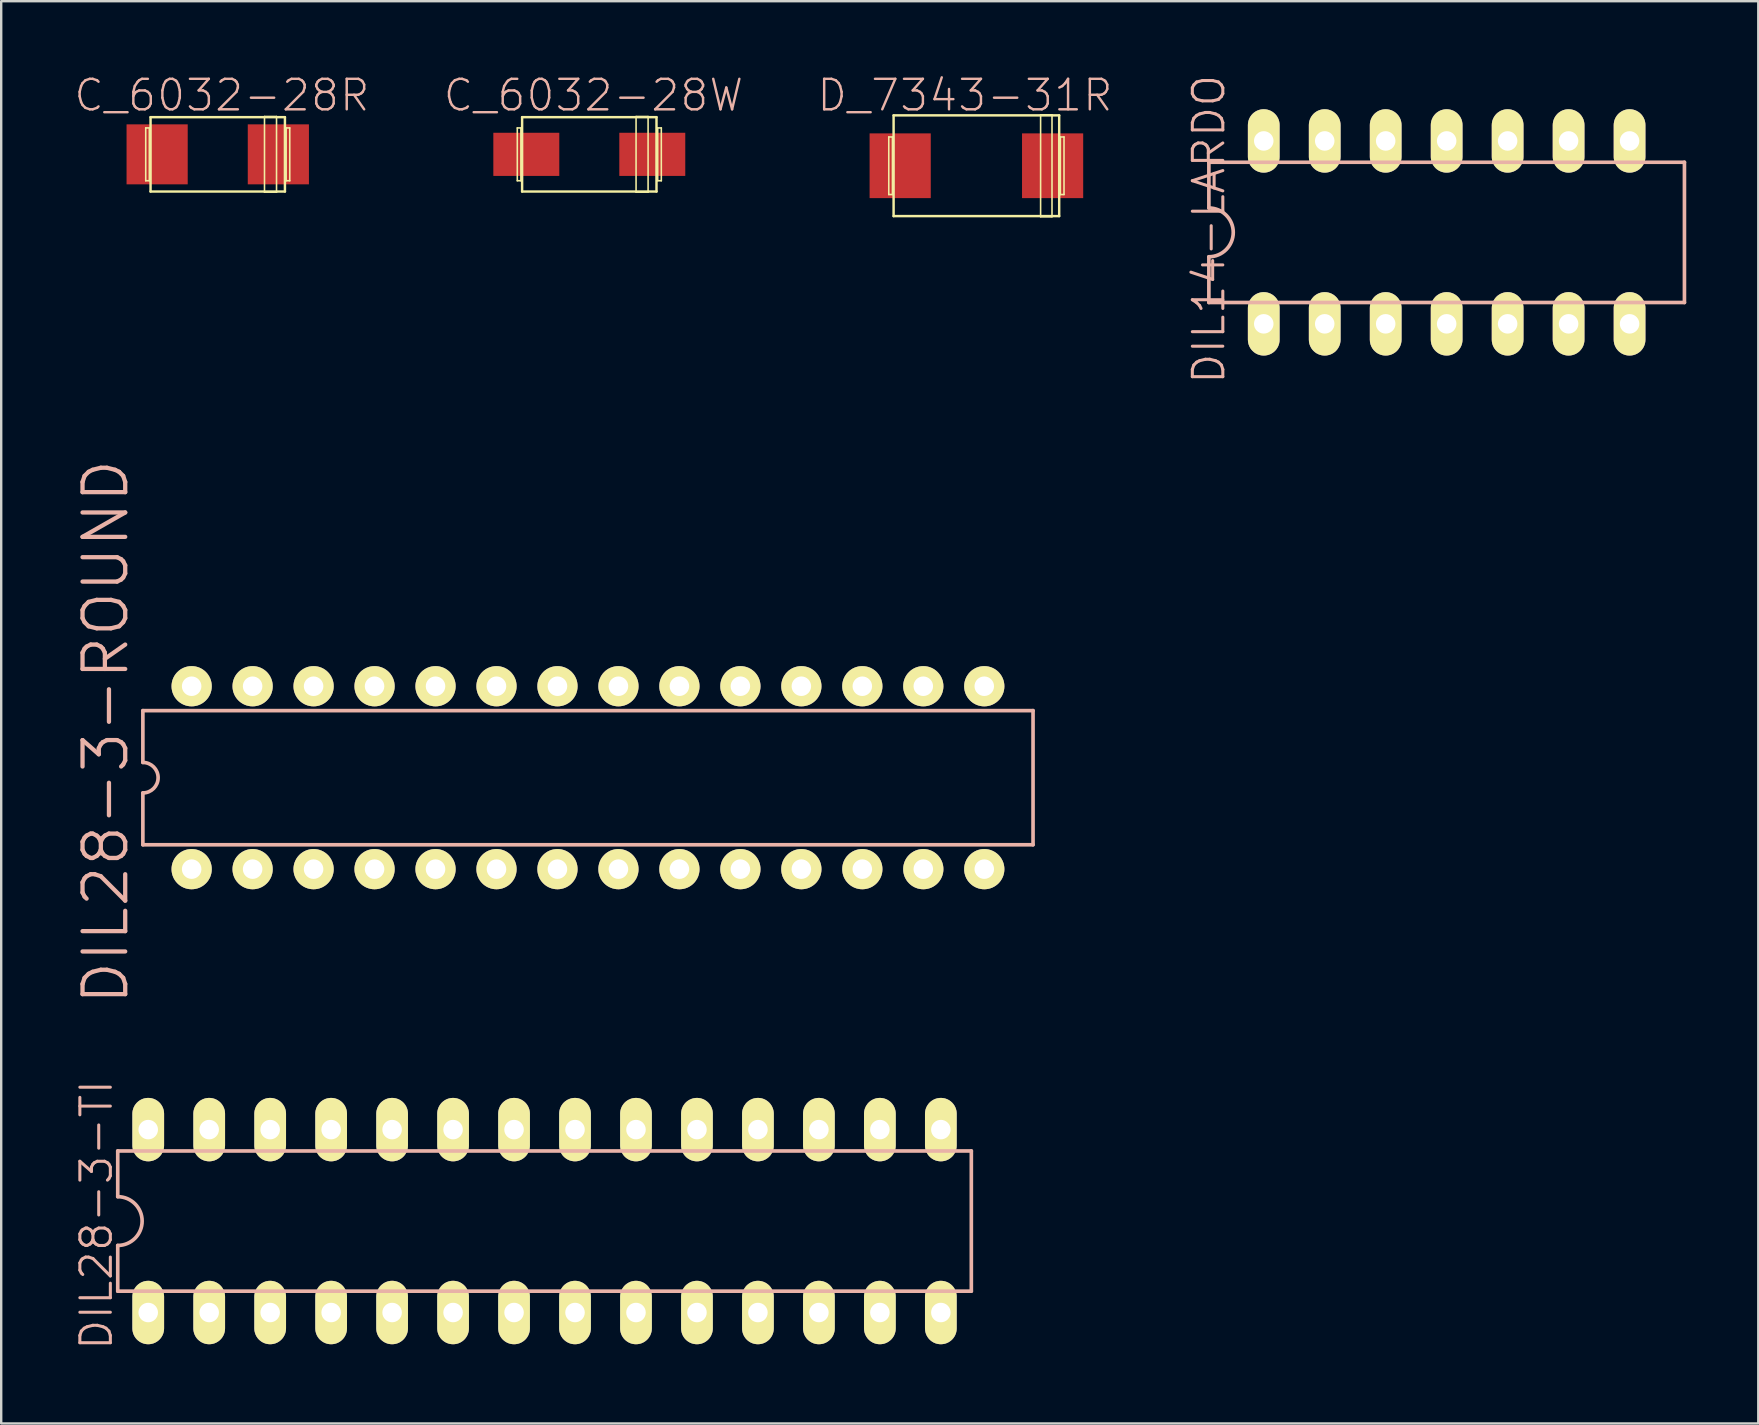
<source format=kicad_pcb>
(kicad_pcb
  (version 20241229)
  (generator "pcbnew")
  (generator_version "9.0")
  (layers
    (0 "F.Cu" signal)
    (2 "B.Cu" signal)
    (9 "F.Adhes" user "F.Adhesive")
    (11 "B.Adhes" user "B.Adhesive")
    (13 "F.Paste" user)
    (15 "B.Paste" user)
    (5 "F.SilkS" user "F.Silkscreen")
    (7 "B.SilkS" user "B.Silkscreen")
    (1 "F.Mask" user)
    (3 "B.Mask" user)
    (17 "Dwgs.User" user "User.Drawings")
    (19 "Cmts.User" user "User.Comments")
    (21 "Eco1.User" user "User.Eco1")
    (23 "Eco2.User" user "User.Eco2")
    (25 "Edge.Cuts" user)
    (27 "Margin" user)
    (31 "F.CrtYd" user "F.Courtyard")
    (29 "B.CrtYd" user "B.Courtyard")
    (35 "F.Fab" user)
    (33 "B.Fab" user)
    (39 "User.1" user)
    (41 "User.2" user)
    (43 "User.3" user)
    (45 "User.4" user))
  (footprint "DIL14-LARDO"
    (layer "F.Cu")
    (at 57.217 6.631)
    (property "Reference" "DIL14-LARDO" (at -9.906 -0.127 90) (layer "B.SilkS") (effects (font (size 1.27 1.27) (thickness 0.127))))
    (attr exclude_from_pos_files exclude_from_bom)
    (fp_line (start -9.906 -2.921) (end -9.906 -1.016) (stroke (width 0.152) (type solid)) (layer "B.SilkS"))
    (fp_line (start -9.906 2.921) (end -9.906 1.016) (stroke (width 0.152) (type solid)) (layer "B.SilkS"))
    (fp_line (start -9.906 2.921) (end 9.906 2.921) (stroke (width 0.152) (type solid)) (layer "B.SilkS"))
    (fp_line (start 9.906 -2.921) (end -9.906 -2.921) (stroke (width 0.152) (type solid)) (layer "B.SilkS"))
    (fp_line (start 9.906 -2.921) (end 9.906 2.921) (stroke (width 0.152) (type solid)) (layer "B.SilkS"))
    (fp_arc (start -9.906 -1.016) (mid -8.89 0) (end -9.906 1.016) (stroke (width 0.1524) (type solid)) (layer "B.SilkS"))
    (pad "1" thru_hole oval (at -7.62 3.81 180) (size 1.321 2.642) (drill 0.813) (layers "*.Cu" "F.Mask" "F.SilkS" "F.Paste"))
    (pad "2" thru_hole oval (at -5.08 3.81 180) (size 1.321 2.642) (drill 0.813) (layers "*.Cu" "F.Mask" "F.SilkS" "F.Paste"))
    (pad "3" thru_hole oval (at -2.54 3.81 180) (size 1.321 2.642) (drill 0.813) (layers "*.Cu" "F.Mask" "F.SilkS" "F.Paste"))
    (pad "4" thru_hole oval (at 0 3.81 180) (size 1.321 2.642) (drill 0.813) (layers "*.Cu" "F.Mask" "F.SilkS" "F.Paste"))
    (pad "5" thru_hole oval (at 2.54 3.81 180) (size 1.321 2.642) (drill 0.813) (layers "*.Cu" "F.Mask" "F.SilkS" "F.Paste"))
    (pad "6" thru_hole oval (at 5.08 3.81 180) (size 1.321 2.642) (drill 0.813) (layers "*.Cu" "F.Mask" "F.SilkS" "F.Paste"))
    (pad "7" thru_hole oval (at 7.62 3.81 180) (size 1.321 2.642) (drill 0.813) (layers "*.Cu" "F.Mask" "F.SilkS" "F.Paste"))
    (pad "8" thru_hole oval (at 7.62 -3.81 180) (size 1.321 2.642) (drill 0.813) (layers "*.Cu" "F.Mask" "F.SilkS" "F.Paste"))
    (pad "9" thru_hole oval (at 5.08 -3.81 180) (size 1.321 2.642) (drill 0.813) (layers "*.Cu" "F.Mask" "F.SilkS" "F.Paste"))
    (pad "10" thru_hole oval (at 2.54 -3.81 180) (size 1.321 2.642) (drill 0.813) (layers "*.Cu" "F.Mask" "F.SilkS" "F.Paste"))
    (pad "11" thru_hole oval (at 0 -3.81 180) (size 1.321 2.642) (drill 0.813) (layers "*.Cu" "F.Mask" "F.SilkS" "F.Paste"))
    (pad "12" thru_hole oval (at -2.54 -3.81 180) (size 1.321 2.642) (drill 0.813) (layers "*.Cu" "F.Mask" "F.SilkS" "F.Paste"))
    (pad "13" thru_hole oval (at -5.08 -3.81 180) (size 1.321 2.642) (drill 0.813) (layers "*.Cu" "F.Mask" "F.SilkS" "F.Paste"))
    (pad "14" thru_hole oval (at -7.62 -3.81 180) (size 1.321 2.642) (drill 0.813) (layers "*.Cu" "F.Mask" "F.SilkS" "F.Paste")))
  (footprint "DIL28-3-ROUND"
    (layer "F.Cu")
    (at 21.444 29.348)
    (property "Reference" "DIL28-3-ROUND" (at -20.091 -1.905 90) (layer "B.SilkS") (effects (font (size 1.778 1.778) (thickness 0.178))))
    (attr exclude_from_pos_files exclude_from_bom)
    (fp_line (start -18.542 -2.794) (end -18.542 -0.635) (stroke (width 0.152) (type solid)) (layer "B.SilkS"))
    (fp_line (start -18.542 -2.794) (end 18.542 -2.794) (stroke (width 0.152) (type solid)) (layer "B.SilkS"))
    (fp_line (start -18.542 0.635) (end -18.542 2.794) (stroke (width 0.152) (type solid)) (layer "B.SilkS"))
    (fp_line (start -18.542 2.794) (end 18.542 2.794) (stroke (width 0.152) (type solid)) (layer "B.SilkS"))
    (fp_line (start 18.542 -2.794) (end 18.542 2.794) (stroke (width 0.152) (type solid)) (layer "B.SilkS"))
    (fp_arc (start -18.542 -0.635) (mid -17.907 0) (end -18.542 0.635) (stroke (width 0.1524) (type solid)) (layer "B.SilkS"))
    (pad "1" thru_hole circle (at -16.51 3.81) (size 1.676 1.676) (drill 0.813) (layers "*.Cu" "F.Mask" "F.SilkS" "F.Paste"))
    (pad "2" thru_hole circle (at -13.97 3.81) (size 1.676 1.676) (drill 0.813) (layers "*.Cu" "F.Mask" "F.SilkS" "F.Paste"))
    (pad "3" thru_hole circle (at -11.43 3.81) (size 1.676 1.676) (drill 0.813) (layers "*.Cu" "F.Mask" "F.SilkS" "F.Paste"))
    (pad "4" thru_hole circle (at -8.89 3.81) (size 1.676 1.676) (drill 0.813) (layers "*.Cu" "F.Mask" "F.SilkS" "F.Paste"))
    (pad "5" thru_hole circle (at -6.35 3.81) (size 1.676 1.676) (drill 0.813) (layers "*.Cu" "F.Mask" "F.SilkS" "F.Paste"))
    (pad "6" thru_hole circle (at -3.81 3.81) (size 1.676 1.676) (drill 0.813) (layers "*.Cu" "F.Mask" "F.SilkS" "F.Paste"))
    (pad "7" thru_hole circle (at -1.27 3.81) (size 1.676 1.676) (drill 0.813) (layers "*.Cu" "F.Mask" "F.SilkS" "F.Paste"))
    (pad "8" thru_hole circle (at 1.27 3.81) (size 1.676 1.676) (drill 0.813) (layers "*.Cu" "F.Mask" "F.SilkS" "F.Paste"))
    (pad "9" thru_hole circle (at 3.81 3.81) (size 1.676 1.676) (drill 0.813) (layers "*.Cu" "F.Mask" "F.SilkS" "F.Paste"))
    (pad "10" thru_hole circle (at 6.35 3.81) (size 1.676 1.676) (drill 0.813) (layers "*.Cu" "F.Mask" "F.SilkS" "F.Paste"))
    (pad "11" thru_hole circle (at 8.89 3.81) (size 1.676 1.676) (drill 0.813) (layers "*.Cu" "F.Mask" "F.SilkS" "F.Paste"))
    (pad "12" thru_hole circle (at 11.43 3.81) (size 1.676 1.676) (drill 0.813) (layers "*.Cu" "F.Mask" "F.SilkS" "F.Paste"))
    (pad "13" thru_hole circle (at 13.97 3.81) (size 1.676 1.676) (drill 0.813) (layers "*.Cu" "F.Mask" "F.SilkS" "F.Paste"))
    (pad "14" thru_hole circle (at 16.51 3.81) (size 1.676 1.676) (drill 0.813) (layers "*.Cu" "F.Mask" "F.SilkS" "F.Paste"))
    (pad "15" thru_hole circle (at 16.51 -3.81) (size 1.676 1.676) (drill 0.813) (layers "*.Cu" "F.Mask" "F.SilkS" "F.Paste"))
    (pad "16" thru_hole circle (at 13.97 -3.81) (size 1.676 1.676) (drill 0.813) (layers "*.Cu" "F.Mask" "F.SilkS" "F.Paste"))
    (pad "17" thru_hole circle (at 11.43 -3.81) (size 1.676 1.676) (drill 0.813) (layers "*.Cu" "F.Mask" "F.SilkS" "F.Paste"))
    (pad "18" thru_hole circle (at 8.89 -3.81) (size 1.676 1.676) (drill 0.813) (layers "*.Cu" "F.Mask" "F.SilkS" "F.Paste"))
    (pad "19" thru_hole circle (at 6.35 -3.81) (size 1.676 1.676) (drill 0.813) (layers "*.Cu" "F.Mask" "F.SilkS" "F.Paste"))
    (pad "20" thru_hole circle (at 3.81 -3.81) (size 1.676 1.676) (drill 0.813) (layers "*.Cu" "F.Mask" "F.SilkS" "F.Paste"))
    (pad "21" thru_hole circle (at 1.27 -3.81) (size 1.676 1.676) (drill 0.813) (layers "*.Cu" "F.Mask" "F.SilkS" "F.Paste"))
    (pad "22" thru_hole circle (at -1.27 -3.81) (size 1.676 1.676) (drill 0.813) (layers "*.Cu" "F.Mask" "F.SilkS" "F.Paste"))
    (pad "23" thru_hole circle (at -3.81 -3.81) (size 1.676 1.676) (drill 0.813) (layers "*.Cu" "F.Mask" "F.SilkS" "F.Paste"))
    (pad "24" thru_hole circle (at -6.35 -3.81) (size 1.676 1.676) (drill 0.813) (layers "*.Cu" "F.Mask" "F.SilkS" "F.Paste"))
    (pad "25" thru_hole circle (at -8.89 -3.81) (size 1.676 1.676) (drill 0.813) (layers "*.Cu" "F.Mask" "F.SilkS" "F.Paste"))
    (pad "26" thru_hole circle (at -11.43 -3.81) (size 1.676 1.676) (drill 0.813) (layers "*.Cu" "F.Mask" "F.SilkS" "F.Paste"))
    (pad "27" thru_hole circle (at -13.97 -3.81) (size 1.676 1.676) (drill 0.813) (layers "*.Cu" "F.Mask" "F.SilkS" "F.Paste"))
    (pad "28" thru_hole circle (at -16.51 -3.81) (size 1.676 1.676) (drill 0.813) (layers "*.Cu" "F.Mask" "F.SilkS" "F.Paste")))
  (footprint "C_6032-28W"
    (layer "F.Cu")
    (at 21.5 3.38)
    (property "Reference" "C_6032-28W" (at 0.173 -2.459 0) (layer "B.SilkS") (effects (font (size 1.27 1.27) (thickness 0.102))))
    (attr smd)
    (fp_line (start -3 -1.1) (end -2.85 -1.1) (stroke (width 0.066) (type solid)) (layer "F.SilkS"))
    (fp_line (start -3 1.1) (end -3 -1.1) (stroke (width 0.066) (type solid)) (layer "F.SilkS"))
    (fp_line (start -3 1.1) (end -2.85 1.1) (stroke (width 0.066) (type solid)) (layer "F.SilkS"))
    (fp_line (start -2.85 1.1) (end -2.85 -1.1) (stroke (width 0.066) (type solid)) (layer "F.SilkS"))
    (fp_line (start -2.799 -1.549) (end 2.799 -1.549) (stroke (width 0.102) (type solid)) (layer "F.SilkS"))
    (fp_line (start -2.799 1.549) (end -2.799 -1.549) (stroke (width 0.102) (type solid)) (layer "F.SilkS"))
    (fp_line (start 1.948 -1.575) (end 2.449 -1.575) (stroke (width 0.066) (type solid)) (layer "F.SilkS"))
    (fp_line (start 1.948 1.575) (end 1.948 -1.575) (stroke (width 0.066) (type solid)) (layer "F.SilkS"))
    (fp_line (start 1.948 1.575) (end 2.449 1.575) (stroke (width 0.066) (type solid)) (layer "F.SilkS"))
    (fp_line (start 2.449 1.575) (end 2.449 -1.575) (stroke (width 0.066) (type solid)) (layer "F.SilkS"))
    (fp_line (start 2.799 -1.549) (end 2.799 1.549) (stroke (width 0.102) (type solid)) (layer "F.SilkS"))
    (fp_line (start 2.799 1.549) (end -2.799 1.549) (stroke (width 0.102) (type solid)) (layer "F.SilkS"))
    (fp_line (start 2.85 -1.1) (end 3 -1.1) (stroke (width 0.066) (type solid)) (layer "F.SilkS"))
    (fp_line (start 2.85 1.1) (end 2.85 -1.1) (stroke (width 0.066) (type solid)) (layer "F.SilkS"))
    (fp_line (start 2.85 1.1) (end 3 1.1) (stroke (width 0.066) (type solid)) (layer "F.SilkS"))
    (fp_line (start 3 1.1) (end 3 -1.1) (stroke (width 0.066) (type solid)) (layer "F.SilkS"))
    (pad "+" smd rect (at 2.624 0) (size 2.748 1.798) (layers "F.Cu" "F.Mask" "F.Paste"))
    (pad "-" smd rect (at -2.624 0) (size 2.748 1.798) (layers "F.Cu" "F.Mask" "F.Paste")))
  (footprint "D_7343-31R"
    (layer "F.Cu")
    (at 37.626 3.855)
    (property "Reference" "D_7343-31R" (at -0.475 -2.934 0) (layer "B.SilkS") (effects (font (size 1.27 1.27) (thickness 0.102))))
    (attr smd)
    (fp_line (start -3.65 -1.199) (end -3.498 -1.199) (stroke (width 0.066) (type solid)) (layer "F.SilkS"))
    (fp_line (start -3.65 1.199) (end -3.65 -1.199) (stroke (width 0.066) (type solid)) (layer "F.SilkS"))
    (fp_line (start -3.65 1.199) (end -3.498 1.199) (stroke (width 0.066) (type solid)) (layer "F.SilkS"))
    (fp_line (start -3.498 1.199) (end -3.498 -1.199) (stroke (width 0.066) (type solid)) (layer "F.SilkS"))
    (fp_line (start -3.449 -2.098) (end 3.449 -2.098) (stroke (width 0.102) (type solid)) (layer "F.SilkS"))
    (fp_line (start -3.449 2.098) (end -3.449 -2.098) (stroke (width 0.102) (type solid)) (layer "F.SilkS"))
    (fp_line (start 2.675 -2.123) (end 3.15 -2.123) (stroke (width 0.066) (type solid)) (layer "F.SilkS"))
    (fp_line (start 2.675 2.123) (end 2.675 -2.123) (stroke (width 0.066) (type solid)) (layer "F.SilkS"))
    (fp_line (start 2.675 2.123) (end 3.15 2.123) (stroke (width 0.066) (type solid)) (layer "F.SilkS"))
    (fp_line (start 3.15 2.123) (end 3.15 -2.123) (stroke (width 0.066) (type solid)) (layer "F.SilkS"))
    (fp_line (start 3.449 -2.098) (end 3.449 2.098) (stroke (width 0.102) (type solid)) (layer "F.SilkS"))
    (fp_line (start 3.449 2.098) (end -3.449 2.098) (stroke (width 0.102) (type solid)) (layer "F.SilkS"))
    (fp_line (start 3.498 -1.199) (end 3.65 -1.199) (stroke (width 0.066) (type solid)) (layer "F.SilkS"))
    (fp_line (start 3.498 1.199) (end 3.498 -1.199) (stroke (width 0.066) (type solid)) (layer "F.SilkS"))
    (fp_line (start 3.498 1.199) (end 3.65 1.199) (stroke (width 0.066) (type solid)) (layer "F.SilkS"))
    (fp_line (start 3.65 1.199) (end 3.65 -1.199) (stroke (width 0.066) (type solid)) (layer "F.SilkS"))
    (pad "+" smd rect (at 3.175 0) (size 2.548 2.697) (layers "F.Cu" "F.Mask" "F.Paste"))
    (pad "-" smd rect (at -3.175 0) (size 2.548 2.697) (layers "F.Cu" "F.Mask" "F.Paste")))
  (footprint "DIL28-3-TI"
    (layer "F.Cu")
    (at 19.635 47.819)
    (property "Reference" "DIL28-3-TI" (at -18.669 -0.254 90) (layer "B.SilkS") (effects (font (size 1.27 1.27) (thickness 0.127))))
    (attr exclude_from_pos_files exclude_from_bom)
    (fp_line (start -17.78 -2.921) (end -17.78 -1.016) (stroke (width 0.152) (type solid)) (layer "B.SilkS"))
    (fp_line (start -17.78 2.921) (end -17.78 1.016) (stroke (width 0.152) (type solid)) (layer "B.SilkS"))
    (fp_line (start -17.78 2.921) (end 17.78 2.921) (stroke (width 0.152) (type solid)) (layer "B.SilkS"))
    (fp_line (start 17.78 -2.921) (end -17.78 -2.921) (stroke (width 0.152) (type solid)) (layer "B.SilkS"))
    (fp_line (start 17.78 -2.921) (end 17.78 2.921) (stroke (width 0.152) (type solid)) (layer "B.SilkS"))
    (fp_arc (start -17.78 -1.016) (mid -16.764 0) (end -17.78 1.016) (stroke (width 0.1524) (type solid)) (layer "B.SilkS"))
    (pad "1" thru_hole oval (at -16.51 3.81 180) (size 1.321 2.642) (drill 0.813) (layers "*.Cu" "F.Mask" "F.SilkS" "F.Paste"))
    (pad "2" thru_hole oval (at -13.97 3.81 180) (size 1.321 2.642) (drill 0.813) (layers "*.Cu" "F.Mask" "F.SilkS" "F.Paste"))
    (pad "3" thru_hole oval (at -11.43 3.81 180) (size 1.321 2.642) (drill 0.813) (layers "*.Cu" "F.Mask" "F.SilkS" "F.Paste"))
    (pad "4" thru_hole oval (at -8.89 3.81 180) (size 1.321 2.642) (drill 0.813) (layers "*.Cu" "F.Mask" "F.SilkS" "F.Paste"))
    (pad "5" thru_hole oval (at -6.35 3.81 180) (size 1.321 2.642) (drill 0.813) (layers "*.Cu" "F.Mask" "F.SilkS" "F.Paste"))
    (pad "6" thru_hole oval (at -3.81 3.81 180) (size 1.321 2.642) (drill 0.813) (layers "*.Cu" "F.Mask" "F.SilkS" "F.Paste"))
    (pad "7" thru_hole oval (at -1.27 3.81 180) (size 1.321 2.642) (drill 0.813) (layers "*.Cu" "F.Mask" "F.SilkS" "F.Paste"))
    (pad "8" thru_hole oval (at 1.27 3.81 180) (size 1.321 2.642) (drill 0.813) (layers "*.Cu" "F.Mask" "F.SilkS" "F.Paste"))
    (pad "9" thru_hole oval (at 3.81 3.81 180) (size 1.321 2.642) (drill 0.813) (layers "*.Cu" "F.Mask" "F.SilkS" "F.Paste"))
    (pad "10" thru_hole oval (at 6.35 3.81 180) (size 1.321 2.642) (drill 0.813) (layers "*.Cu" "F.Mask" "F.SilkS" "F.Paste"))
    (pad "11" thru_hole oval (at 8.89 3.81 180) (size 1.321 2.642) (drill 0.813) (layers "*.Cu" "F.Mask" "F.SilkS" "F.Paste"))
    (pad "12" thru_hole oval (at 11.43 3.81 180) (size 1.321 2.642) (drill 0.813) (layers "*.Cu" "F.Mask" "F.SilkS" "F.Paste"))
    (pad "13" thru_hole oval (at 13.97 3.81 180) (size 1.321 2.642) (drill 0.813) (layers "*.Cu" "F.Mask" "F.SilkS" "F.Paste"))
    (pad "14" thru_hole oval (at 16.51 3.81 180) (size 1.321 2.642) (drill 0.813) (layers "*.Cu" "F.Mask" "F.SilkS" "F.Paste"))
    (pad "15" thru_hole oval (at 16.51 -3.81 180) (size 1.321 2.642) (drill 0.813) (layers "*.Cu" "F.Mask" "F.SilkS" "F.Paste"))
    (pad "16" thru_hole oval (at 13.97 -3.81 180) (size 1.321 2.642) (drill 0.813) (layers "*.Cu" "F.Mask" "F.SilkS" "F.Paste"))
    (pad "17" thru_hole oval (at 11.43 -3.81 180) (size 1.321 2.642) (drill 0.813) (layers "*.Cu" "F.Mask" "F.SilkS" "F.Paste"))
    (pad "18" thru_hole oval (at 8.89 -3.81 180) (size 1.321 2.642) (drill 0.813) (layers "*.Cu" "F.Mask" "F.SilkS" "F.Paste"))
    (pad "19" thru_hole oval (at 6.35 -3.81 180) (size 1.321 2.642) (drill 0.813) (layers "*.Cu" "F.Mask" "F.SilkS" "F.Paste"))
    (pad "20" thru_hole oval (at 3.81 -3.81 180) (size 1.321 2.642) (drill 0.813) (layers "*.Cu" "F.Mask" "F.SilkS" "F.Paste"))
    (pad "21" thru_hole oval (at 1.27 -3.81 180) (size 1.321 2.642) (drill 0.813) (layers "*.Cu" "F.Mask" "F.SilkS" "F.Paste"))
    (pad "22" thru_hole oval (at -1.27 -3.81 180) (size 1.321 2.642) (drill 0.813) (layers "*.Cu" "F.Mask" "F.SilkS" "F.Paste"))
    (pad "23" thru_hole oval (at -3.81 -3.81 180) (size 1.321 2.642) (drill 0.813) (layers "*.Cu" "F.Mask" "F.SilkS" "F.Paste"))
    (pad "24" thru_hole oval (at -6.35 -3.81 180) (size 1.321 2.642) (drill 0.813) (layers "*.Cu" "F.Mask" "F.SilkS" "F.Paste"))
    (pad "25" thru_hole oval (at -8.89 -3.81 180) (size 1.321 2.642) (drill 0.813) (layers "*.Cu" "F.Mask" "F.SilkS" "F.Paste"))
    (pad "26" thru_hole oval (at -11.43 -3.81 180) (size 1.321 2.642) (drill 0.813) (layers "*.Cu" "F.Mask" "F.SilkS" "F.Paste"))
    (pad "27" thru_hole oval (at -13.97 -3.81 180) (size 1.321 2.642) (drill 0.813) (layers "*.Cu" "F.Mask" "F.SilkS" "F.Paste"))
    (pad "28" thru_hole oval (at -16.51 -3.81 180) (size 1.321 2.642) (drill 0.813) (layers "*.Cu" "F.Mask" "F.SilkS" "F.Paste")))
  (footprint "C_6032-28R"
    (layer "F.Cu")
    (at 6.021 3.38)
    (property "Reference" "C_6032-28R" (at 0.173 -2.459 0) (layer "B.SilkS") (effects (font (size 1.27 1.27) (thickness 0.102))))
    (attr smd)
    (fp_line (start -3 -1.1) (end -2.85 -1.1) (stroke (width 0.066) (type solid)) (layer "F.SilkS"))
    (fp_line (start -3 1.1) (end -3 -1.1) (stroke (width 0.066) (type solid)) (layer "F.SilkS"))
    (fp_line (start -3 1.1) (end -2.85 1.1) (stroke (width 0.066) (type solid)) (layer "F.SilkS"))
    (fp_line (start -2.85 1.1) (end -2.85 -1.1) (stroke (width 0.066) (type solid)) (layer "F.SilkS"))
    (fp_line (start -2.799 -1.549) (end 2.799 -1.549) (stroke (width 0.102) (type solid)) (layer "F.SilkS"))
    (fp_line (start -2.799 1.549) (end -2.799 -1.549) (stroke (width 0.102) (type solid)) (layer "F.SilkS"))
    (fp_line (start 1.948 -1.575) (end 2.449 -1.575) (stroke (width 0.066) (type solid)) (layer "F.SilkS"))
    (fp_line (start 1.948 1.575) (end 1.948 -1.575) (stroke (width 0.066) (type solid)) (layer "F.SilkS"))
    (fp_line (start 1.948 1.575) (end 2.449 1.575) (stroke (width 0.066) (type solid)) (layer "F.SilkS"))
    (fp_line (start 2.449 1.575) (end 2.449 -1.575) (stroke (width 0.066) (type solid)) (layer "F.SilkS"))
    (fp_line (start 2.799 -1.549) (end 2.799 1.549) (stroke (width 0.102) (type solid)) (layer "F.SilkS"))
    (fp_line (start 2.799 1.549) (end -2.799 1.549) (stroke (width 0.102) (type solid)) (layer "F.SilkS"))
    (fp_line (start 2.85 -1.1) (end 3 -1.1) (stroke (width 0.066) (type solid)) (layer "F.SilkS"))
    (fp_line (start 2.85 1.1) (end 2.85 -1.1) (stroke (width 0.066) (type solid)) (layer "F.SilkS"))
    (fp_line (start 2.85 1.1) (end 3 1.1) (stroke (width 0.066) (type solid)) (layer "F.SilkS"))
    (fp_line (start 3 1.1) (end 3 -1.1) (stroke (width 0.066) (type solid)) (layer "F.SilkS"))
    (pad "+" smd rect (at 2.525 0) (size 2.548 2.499) (layers "F.Cu" "F.Mask" "F.Paste"))
    (pad "-" smd rect (at -2.525 0) (size 2.548 2.499) (layers "F.Cu" "F.Mask" "F.Paste")))
  (gr_rect
    (start -3 -3)
    (end 70.199 56.252)
    (stroke (width 0.1) (type default))
    (fill no)
    (layer "Edge.Cuts")))
</source>
